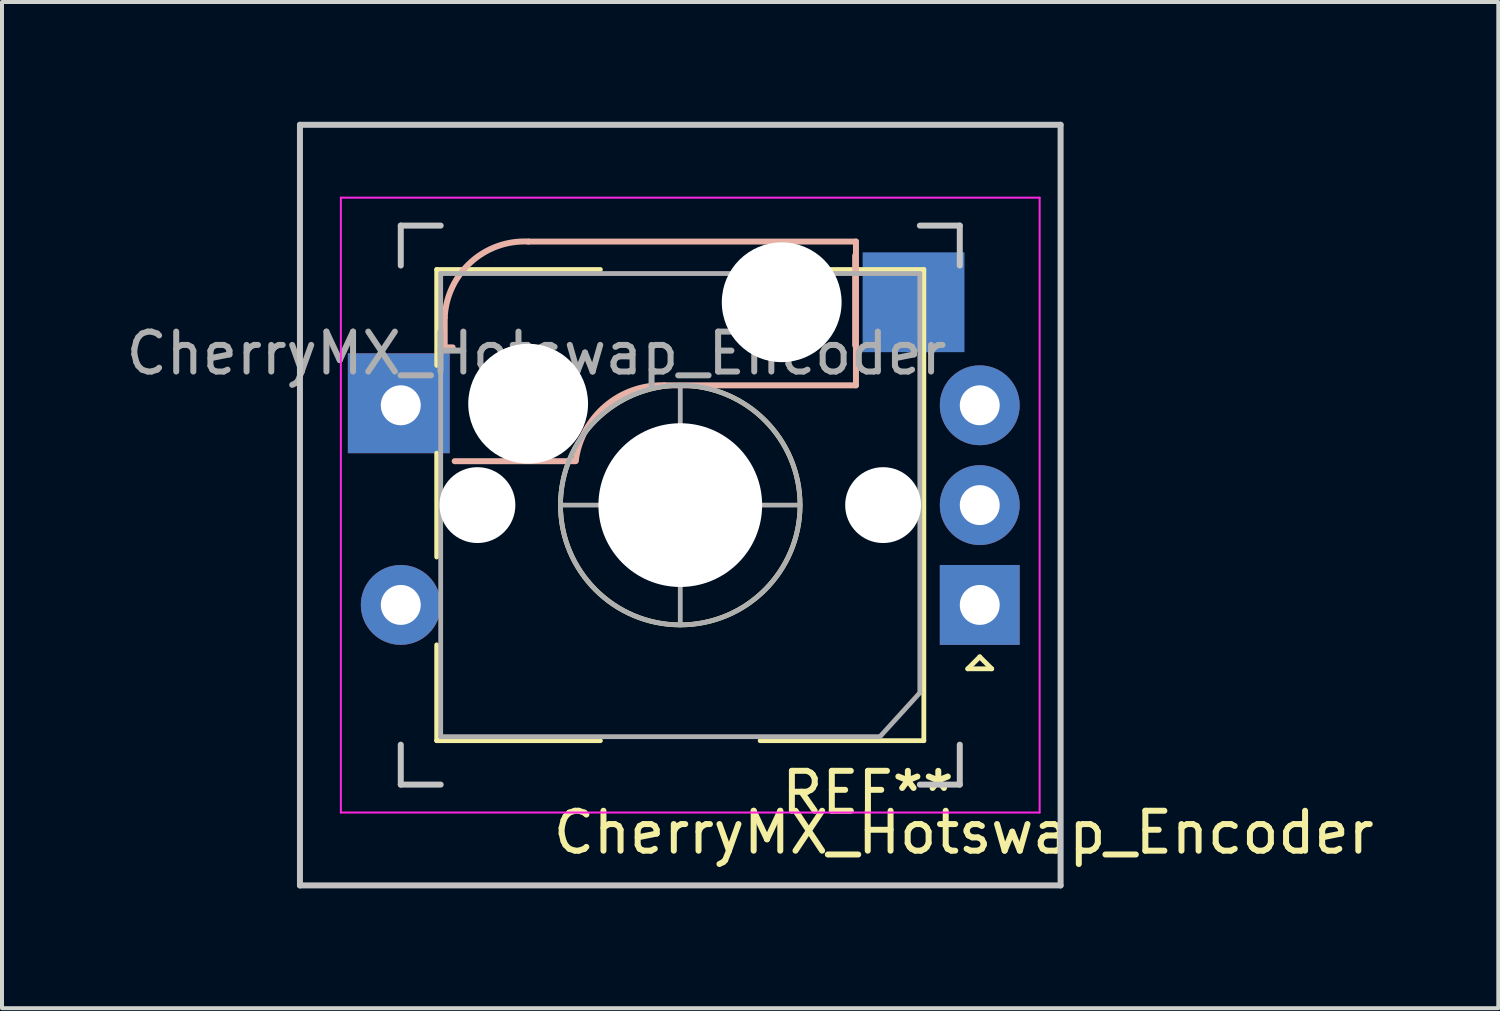
<source format=kicad_pcb>
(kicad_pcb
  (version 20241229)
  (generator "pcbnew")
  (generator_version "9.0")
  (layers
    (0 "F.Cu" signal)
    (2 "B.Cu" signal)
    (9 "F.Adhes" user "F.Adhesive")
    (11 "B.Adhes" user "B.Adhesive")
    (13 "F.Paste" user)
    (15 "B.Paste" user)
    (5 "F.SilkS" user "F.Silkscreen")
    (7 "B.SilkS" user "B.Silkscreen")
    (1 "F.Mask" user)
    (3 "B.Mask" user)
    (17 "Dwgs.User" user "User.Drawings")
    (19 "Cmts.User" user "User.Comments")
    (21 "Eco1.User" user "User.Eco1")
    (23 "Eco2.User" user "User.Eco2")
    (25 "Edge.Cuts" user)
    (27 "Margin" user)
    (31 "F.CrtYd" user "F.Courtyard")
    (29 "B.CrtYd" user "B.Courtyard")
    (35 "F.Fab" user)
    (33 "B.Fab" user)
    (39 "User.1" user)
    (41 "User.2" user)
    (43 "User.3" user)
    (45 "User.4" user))
  (footprint "CherryMX_Hotswap_Encoder"
    (layer "F.Cu")
    (at 13.987 9.6)
    (property "Reference" "CherryMX_Hotswap_Encoder" (at 7.1 8.2 0) (layer "F.SilkS") (effects (font (size 1 1) (thickness 0.15))))
    (attr through_hole)
    (fp_line (start -6.1 -5.9) (end -2 -5.9) (stroke (width 0.12) (type solid)) (layer "F.SilkS"))
    (fp_line (start -6.1 -3.5) (end -6.1 -5.9) (stroke (width 0.12) (type solid)) (layer "F.SilkS"))
    (fp_line (start -6.1 1.3) (end -6.1 -1.3) (stroke (width 0.12) (type solid)) (layer "F.SilkS"))
    (fp_line (start -6.1 5.9) (end -6.1 3.5) (stroke (width 0.12) (type solid)) (layer "F.SilkS"))
    (fp_line (start -2 5.9) (end -6.1 5.9) (stroke (width 0.12) (type solid)) (layer "F.SilkS"))
    (fp_line (start 0 0.5) (end 0 -0.5) (stroke (width 0.12) (type solid)) (layer "F.SilkS"))
    (fp_line (start 0.5 0) (end -0.5 0) (stroke (width 0.12) (type solid)) (layer "F.SilkS"))
    (fp_line (start 2 -5.9) (end 6.1 -5.9) (stroke (width 0.12) (type solid)) (layer "F.SilkS"))
    (fp_line (start 2 5.9) (end 6.1 5.9) (stroke (width 0.12) (type solid)) (layer "F.SilkS"))
    (fp_line (start 6.1 5.9) (end 6.1 -5.9) (stroke (width 0.12) (type solid)) (layer "F.SilkS"))
    (fp_line (start 7.2 4.1) (end 7.5 3.8) (stroke (width 0.12) (type solid)) (layer "F.SilkS"))
    (fp_line (start 7.5 3.8) (end 7.8 4.1) (stroke (width 0.12) (type solid)) (layer "F.SilkS"))
    (fp_line (start 7.8 4.1) (end 7.2 4.1) (stroke (width 0.12) (type solid)) (layer "F.SilkS"))
    (fp_circle (center 0 0) (end -3 0) (stroke (width 0.12) (type solid)) (fill no) (layer "F.SilkS"))
    (fp_line (start -5.9 -4.7) (end -5.9 -3.95) (stroke (width 0.15) (type solid)) (layer "B.SilkS"))
    (fp_line (start -5.9 -3.95) (end -5.7 -3.95) (stroke (width 0.15) (type solid)) (layer "B.SilkS"))
    (fp_line (start -5.65 -1.1) (end -2.62 -1.1) (stroke (width 0.15) (type solid)) (layer "B.SilkS"))
    (fp_line (start -0.4 -3) (end 4.4 -3) (stroke (width 0.15) (type solid)) (layer "B.SilkS"))
    (fp_line (start 4.38 -4) (end 4.38 -6.25) (stroke (width 0.15) (type solid)) (layer "B.SilkS"))
    (fp_line (start 4.4 -6.6) (end -3.8 -6.6) (stroke (width 0.15) (type solid)) (layer "B.SilkS"))
    (fp_line (start 4.4 -3) (end 4.4 -6.6) (stroke (width 0.15) (type solid)) (layer "B.SilkS"))
    (fp_arc (start -5.9 -4.699999) (mid -5.243504 -6.084924) (end -3.800001 -6.6) (stroke (width 0.15) (type solid)) (layer "B.SilkS"))
    (fp_arc (start -2.616318 -1.121471) (mid -1.868709 -2.486118) (end -0.4 -3) (stroke (width 0.15) (type solid)) (layer "B.SilkS"))
    (fp_line (start -9.525 -9.525) (end 9.525 -9.525) (stroke (width 0.15) (type solid)) (layer "Dwgs.User"))
    (fp_line (start -9.525 9.525) (end -9.525 -9.525) (stroke (width 0.15) (type solid)) (layer "Dwgs.User"))
    (fp_line (start -7 -7) (end -6 -7) (stroke (width 0.15) (type solid)) (layer "Dwgs.User"))
    (fp_line (start -7 -6) (end -7 -7) (stroke (width 0.15) (type solid)) (layer "Dwgs.User"))
    (fp_line (start -7 6) (end -7 7) (stroke (width 0.15) (type solid)) (layer "Dwgs.User"))
    (fp_line (start -7 7) (end -6 7) (stroke (width 0.15) (type solid)) (layer "Dwgs.User"))
    (fp_line (start 6 7) (end 7 7) (stroke (width 0.15) (type solid)) (layer "Dwgs.User"))
    (fp_line (start 7 -7) (end 6 -7) (stroke (width 0.15) (type solid)) (layer "Dwgs.User"))
    (fp_line (start 7 -7) (end 7 -6) (stroke (width 0.15) (type solid)) (layer "Dwgs.User"))
    (fp_line (start 7 7) (end 7 6) (stroke (width 0.15) (type solid)) (layer "Dwgs.User"))
    (fp_line (start 9.525 -9.525) (end 9.525 9.525) (stroke (width 0.15) (type solid)) (layer "Dwgs.User"))
    (fp_line (start 9.525 9.525) (end -9.525 9.525) (stroke (width 0.15) (type solid)) (layer "Dwgs.User"))
    (fp_line (start -8.5 -7.7) (end -8.5 7.7) (stroke (width 0.05) (type solid)) (layer "F.CrtYd"))
    (fp_line (start -8.5 -7.7) (end 9 -7.7) (stroke (width 0.05) (type solid)) (layer "F.CrtYd"))
    (fp_line (start 9 7.7) (end -8.5 7.7) (stroke (width 0.05) (type solid)) (layer "F.CrtYd"))
    (fp_line (start 9 7.7) (end 9 -7.7) (stroke (width 0.05) (type solid)) (layer "F.CrtYd"))
    (fp_line (start -6 -5.8) (end 6 -5.8) (stroke (width 0.12) (type solid)) (layer "F.Fab"))
    (fp_line (start -6 5.8) (end -6 -5.8) (stroke (width 0.12) (type solid)) (layer "F.Fab"))
    (fp_line (start 0 3) (end 0 -3) (stroke (width 0.12) (type solid)) (layer "F.Fab"))
    (fp_line (start 3 0) (end -3 0) (stroke (width 0.12) (type solid)) (layer "F.Fab"))
    (fp_line (start 5 5.8) (end -6 5.8) (stroke (width 0.12) (type solid)) (layer "F.Fab"))
    (fp_line (start 6 -5.8) (end 6 4.7) (stroke (width 0.12) (type solid)) (layer "F.Fab"))
    (fp_line (start 6 4.7) (end 5 5.8) (stroke (width 0.12) (type solid)) (layer "F.Fab"))
    (fp_circle (center 0 0) (end -3 0) (stroke (width 0.12) (type solid)) (fill no) (layer "F.Fab"))
    (fp_text user "REF**" (at 4.7 7.2 180) (layer "F.SilkS") (effects (font (size 1 1) (thickness 0.15))))
    (fp_text user "${REFERENCE}" (at -3.6 -3.8 180) (layer "F.Fab") (effects (font (size 1 1) (thickness 0.15))))
    (pad "" np_thru_hole circle (at -5.08 0) (size 1.9 1.9) (drill 1.9) (layers "*.Cu" "*.Mask"))
    (pad "" np_thru_hole circle (at -3.81 -2.54) (size 3 3) (drill 3) (layers "*.Cu" "*.Mask"))
    (pad "" np_thru_hole circle (at 0 0 90) (size 4.1 4.1) (drill 4.1) (layers "*.Cu" "*.Mask"))
    (pad "" np_thru_hole circle (at 2.54 -5.08) (size 3 3) (drill 3) (layers "*.Cu" "*.Mask"))
    (pad "" np_thru_hole circle (at 5.08 0) (size 1.9 1.9) (drill 1.9) (layers "*.Cu" "*.Mask"))
    (pad "A" thru_hole rect (at 7.5 2.5 180) (size 2 2) (drill 1) (layers "*.Cu" "*.Mask"))
    (pad "B" thru_hole circle (at 7.5 -2.5 180) (size 2 2) (drill 1) (layers "*.Cu" "*.Mask"))
    (pad "C" thru_hole circle (at 7.5 0 180) (size 2 2) (drill 1) (layers "*.Cu" "*.Mask"))
    (pad "S1" thru_hole rect (at -7 -2.5 180) (size 2.55 2.5) (drill 1 (offset 0.05 0.05)) (layers "*.Cu" "*.Mask"))
    (pad "S2" thru_hole circle (at -7 2.5 180) (size 2 2) (drill 1) (layers "*.Cu" "*.Mask"))
    (pad "S2" smd rect (at 5.842 -5.08 180) (size 2.55 2.5) (layers "B.Cu" "B.Mask" "B.Paste")))
  (gr_rect
    (start -3 -3)
    (end 34.474 22.2)
    (stroke (width 0.1) (type default))
    (fill no)
    (layer "Edge.Cuts")))
</source>
